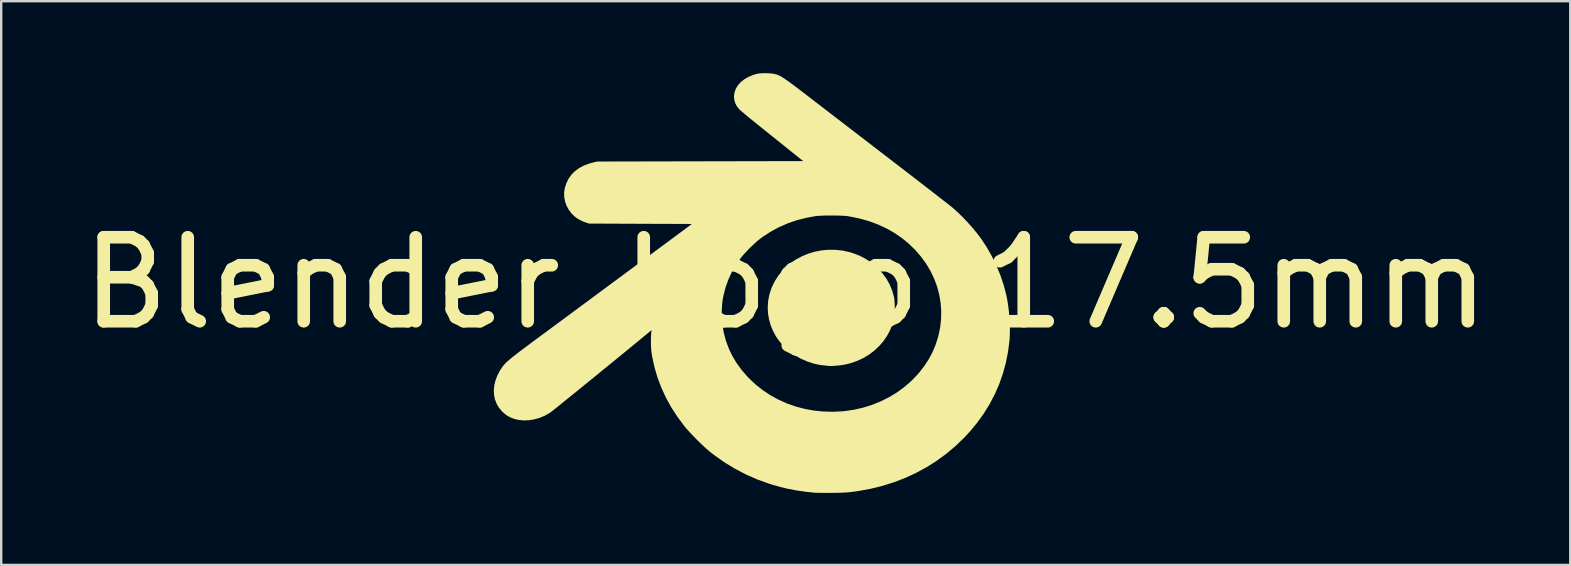
<source format=kicad_pcb>
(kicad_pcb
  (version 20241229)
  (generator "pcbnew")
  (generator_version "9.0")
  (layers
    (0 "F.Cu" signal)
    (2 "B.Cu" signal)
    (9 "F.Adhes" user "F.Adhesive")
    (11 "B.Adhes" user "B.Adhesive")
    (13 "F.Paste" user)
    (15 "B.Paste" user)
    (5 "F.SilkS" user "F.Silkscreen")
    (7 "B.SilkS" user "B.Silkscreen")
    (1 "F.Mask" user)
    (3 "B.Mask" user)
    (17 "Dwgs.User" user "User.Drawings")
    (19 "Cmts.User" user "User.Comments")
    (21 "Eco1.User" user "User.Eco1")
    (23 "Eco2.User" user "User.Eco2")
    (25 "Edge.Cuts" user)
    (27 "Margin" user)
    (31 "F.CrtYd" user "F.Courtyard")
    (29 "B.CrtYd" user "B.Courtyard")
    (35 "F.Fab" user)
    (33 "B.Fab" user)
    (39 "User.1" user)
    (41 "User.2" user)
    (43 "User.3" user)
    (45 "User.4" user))
  (footprint "Blender Logo 17.5mm"
    (layer "F.Cu")
    (at 29.688 8.743)
    (property "Reference" "Blender Logo 17.5mm" (at 0 0 180) (layer "F.SilkS") (effects (font (size 3.5 3.5) (thickness 0.525))))
    (attr board_only exclude_from_pos_files exclude_from_bom)
    (fp_poly (pts (xy 2.081 -1.384) (xy 2.375 -1.351) (xy 2.667 -1.286) (xy 2.806 -1.243) (xy 3.077 -1.139) (xy 3.325 -1.011) (xy 3.556 -0.857) (xy 3.773 -0.675) (xy 3.854 -0.597) (xy 4.046 -0.384) (xy 4.206 -0.162) (xy 4.336 0.072) (xy 4.437 0.32) (xy 4.51 0.585) (xy 4.511 0.588) (xy 4.525 0.675) (xy 4.535 0.787) (xy 4.541 0.914) (xy 4.543 1.048) (xy 4.542 1.179) (xy 4.536 1.299) (xy 4.526 1.399) (xy 4.519 1.436) (xy 4.45 1.702) (xy 4.351 1.957) (xy 4.223 2.197) (xy 4.069 2.422) (xy 3.89 2.629) (xy 3.689 2.817) (xy 3.466 2.984) (xy 3.225 3.129) (xy 2.966 3.249) (xy 2.692 3.342) (xy 2.484 3.393) (xy 2.406 3.407) (xy 2.31 3.421) (xy 2.205 3.433) (xy 2.1 3.444) (xy 2.002 3.452) (xy 1.921 3.457) (xy 1.864 3.457) (xy 1.864 3.457) (xy 1.822 3.454) (xy 1.764 3.45) (xy 1.738 3.448) (xy 1.439 3.415) (xy 1.156 3.354) (xy 0.883 3.264) (xy 0.613 3.144) (xy 0.604 3.139) (xy 0.355 2.995) (xy 0.13 2.83) (xy -0.073 2.645) (xy -0.25 2.444) (xy -0.402 2.229) (xy -0.528 2) (xy -0.627 1.762) (xy -0.697 1.515) (xy -0.739 1.261) (xy -0.751 1.004) (xy -0.733 0.745) (xy -0.683 0.486) (xy -0.601 0.229) (xy -0.58 0.176) (xy -0.463 -0.067) (xy -0.319 -0.293) (xy -0.146 -0.506) (xy -0.044 -0.613) (xy 0.174 -0.805) (xy 0.411 -0.971) (xy 0.664 -1.11) (xy 0.931 -1.222) (xy 1.209 -1.306) (xy 1.495 -1.361) (xy 1.786 -1.387)) (stroke (width 0) (type solid)) (fill yes) (layer "F.SilkS"))
    (fp_poly (pts (xy -0.78 -8.742) (xy -0.655 -8.736) (xy -0.543 -8.724) (xy -0.464 -8.71) (xy -0.421 -8.699) (xy -0.38 -8.687) (xy -0.339 -8.673) (xy -0.297 -8.657) (xy -0.253 -8.636) (xy -0.203 -8.61) (xy -0.148 -8.578) (xy -0.085 -8.537) (xy -0.012 -8.488) (xy 0.072 -8.429) (xy 0.169 -8.359) (xy 0.281 -8.277) (xy 0.409 -8.181) (xy 0.555 -8.071) (xy 0.72 -7.944) (xy 0.907 -7.801) (xy 1.117 -7.64) (xy 1.351 -7.46) (xy 1.391 -7.43) (xy 1.584 -7.281) (xy 1.801 -7.114) (xy 2.038 -6.932) (xy 2.291 -6.737) (xy 2.559 -6.531) (xy 2.836 -6.318) (xy 3.121 -6.099) (xy 3.41 -5.877) (xy 3.699 -5.655) (xy 3.985 -5.434) (xy 4.266 -5.219) (xy 4.537 -5.01) (xy 4.795 -4.812) (xy 5.026 -4.634) (xy 5.252 -4.46) (xy 5.472 -4.291) (xy 5.683 -4.128) (xy 5.884 -3.972) (xy 6.074 -3.826) (xy 6.25 -3.689) (xy 6.411 -3.564) (xy 6.555 -3.452) (xy 6.682 -3.353) (xy 6.788 -3.27) (xy 6.872 -3.203) (xy 6.933 -3.154) (xy 6.969 -3.125) (xy 6.97 -3.125) (xy 7.175 -2.94) (xy 7.386 -2.733) (xy 7.596 -2.511) (xy 7.798 -2.282) (xy 7.985 -2.054) (xy 8.14 -1.848) (xy 8.374 -1.494) (xy 8.586 -1.12) (xy 8.776 -0.732) (xy 8.94 -0.334) (xy 9.076 0.068) (xy 9.183 0.471) (xy 9.228 0.689) (xy 9.265 0.919) (xy 9.295 1.166) (xy 9.318 1.422) (xy 9.333 1.678) (xy 9.339 1.927) (xy 9.336 2.16) (xy 9.324 2.37) (xy 9.323 2.385) (xy 9.263 2.857) (xy 9.172 3.318) (xy 9.049 3.767) (xy 8.896 4.205) (xy 8.711 4.63) (xy 8.495 5.042) (xy 8.249 5.44) (xy 7.973 5.824) (xy 7.667 6.194) (xy 7.432 6.447) (xy 7.071 6.793) (xy 6.691 7.113) (xy 6.29 7.405) (xy 5.872 7.671) (xy 5.435 7.908) (xy 4.981 8.118) (xy 4.512 8.299) (xy 4.027 8.451) (xy 3.527 8.574) (xy 3.014 8.667) (xy 2.761 8.701) (xy 2.661 8.713) (xy 2.563 8.722) (xy 2.462 8.729) (xy 2.35 8.734) (xy 2.223 8.738) (xy 2.074 8.741) (xy 1.898 8.743) (xy 1.897 8.743) (xy 1.755 8.744) (xy 1.615 8.743) (xy 1.484 8.742) (xy 1.368 8.741) (xy 1.271 8.738) (xy 1.2 8.735) (xy 1.175 8.733) (xy 0.797 8.692) (xy 0.444 8.64) (xy 0.106 8.576) (xy -0.224 8.498) (xy -0.555 8.404) (xy -0.714 8.353) (xy -1.193 8.18) (xy -1.657 7.976) (xy -2.107 7.741) (xy -2.542 7.477) (xy -2.962 7.183) (xy -3.145 7.041) (xy -3.254 6.95) (xy -3.378 6.839) (xy -3.513 6.713) (xy -3.653 6.577) (xy -3.793 6.436) (xy -3.927 6.296) (xy -4.05 6.163) (xy -4.157 6.042) (xy -4.223 5.962) (xy -4.511 5.576) (xy -4.768 5.18) (xy -4.992 4.775) (xy -5.183 4.36) (xy -5.343 3.937) (xy -5.47 3.504) (xy -5.565 3.062) (xy -5.588 2.922) (xy -5.603 2.795) (xy -5.613 2.645) (xy -5.618 2.484) (xy -5.617 2.323) (xy -5.611 2.172) (xy -5.606 2.102) (xy -5.592 1.961) (xy -5.723 2.07) (xy -5.855 2.178) (xy -6.002 2.3) (xy -6.163 2.432) (xy -6.336 2.575) (xy -6.52 2.726) (xy -6.713 2.884) (xy -6.913 3.047) (xy -7.118 3.215) (xy -7.327 3.386) (xy -7.539 3.558) (xy -7.751 3.731) (xy -7.961 3.903) (xy -8.169 4.071) (xy -8.372 4.236) (xy -8.568 4.396) (xy -8.757 4.549) (xy -8.936 4.694) (xy -9.103 4.829) (xy -9.258 4.954) (xy -9.397 5.066) (xy -9.52 5.165) (xy -9.625 5.249) (xy -9.71 5.317) (xy -9.773 5.367) (xy -9.813 5.397) (xy -9.826 5.406) (xy -10.029 5.522) (xy -10.243 5.613) (xy -10.463 5.677) (xy -10.684 5.715) (xy -10.903 5.725) (xy -11.116 5.706) (xy -11.317 5.659) (xy -11.339 5.651) (xy -11.499 5.586) (xy -11.64 5.503) (xy -11.772 5.395) (xy -11.817 5.351) (xy -11.945 5.2) (xy -12.043 5.035) (xy -12.113 4.857) (xy -12.153 4.669) (xy -12.163 4.473) (xy -12.145 4.272) (xy -12.096 4.066) (xy -12.019 3.86) (xy -11.911 3.655) (xy -11.873 3.594) (xy -11.84 3.544) (xy -11.808 3.497) (xy -11.773 3.451) (xy -11.735 3.406) (xy -11.692 3.359) (xy -11.643 3.309) (xy -11.585 3.255) (xy -11.517 3.195) (xy -11.437 3.128) (xy -11.343 3.053) (xy -11.234 2.968) (xy -11.109 2.871) (xy -10.965 2.762) (xy -10.8 2.639) (xy -10.614 2.5) (xy -10.403 2.344) (xy -10.168 2.17) (xy -10.162 2.166) (xy -10.006 2.051) (xy -9.825 1.917) (xy -9.623 1.767) (xy -9.4 1.603) (xy -9.16 1.425) (xy -9.101 1.382) (xy -2.668 1.382) (xy -2.66 1.559) (xy -2.647 1.696) (xy -2.585 2.057) (xy -2.493 2.4) (xy -2.373 2.728) (xy -2.222 3.043) (xy -2.041 3.344) (xy -1.829 3.633) (xy -1.586 3.912) (xy -1.546 3.953) (xy -1.265 4.219) (xy -0.964 4.458) (xy -0.644 4.671) (xy -0.308 4.856) (xy 0.044 5.014) (xy 0.409 5.143) (xy 0.787 5.243) (xy 1.174 5.313) (xy 1.571 5.353) (xy 1.974 5.363) (xy 2.383 5.342) (xy 2.477 5.332) (xy 2.861 5.275) (xy 3.238 5.188) (xy 3.605 5.072) (xy 3.959 4.929) (xy 4.299 4.759) (xy 4.622 4.564) (xy 4.926 4.345) (xy 5.208 4.103) (xy 5.466 3.839) (xy 5.583 3.703) (xy 5.791 3.431) (xy 5.969 3.156) (xy 6.118 2.874) (xy 6.241 2.58) (xy 6.341 2.269) (xy 6.357 2.209) (xy 6.431 1.866) (xy 6.471 1.52) (xy 6.478 1.175) (xy 6.454 0.831) (xy 6.397 0.491) (xy 6.309 0.156) (xy 6.189 -0.171) (xy 6.038 -0.488) (xy 5.857 -0.793) (xy 5.854 -0.798) (xy 5.632 -1.104) (xy 5.386 -1.388) (xy 5.116 -1.649) (xy 4.824 -1.886) (xy 4.511 -2.099) (xy 4.177 -2.286) (xy 3.823 -2.448) (xy 3.452 -2.584) (xy 3.063 -2.693) (xy 2.657 -2.774) (xy 2.544 -2.792) (xy 2.472 -2.799) (xy 2.373 -2.805) (xy 2.252 -2.809) (xy 2.117 -2.812) (xy 1.972 -2.813) (xy 1.825 -2.813) (xy 1.681 -2.812) (xy 1.547 -2.809) (xy 1.428 -2.804) (xy 1.331 -2.798) (xy 1.267 -2.792) (xy 0.854 -2.717) (xy 0.46 -2.617) (xy 0.085 -2.488) (xy -0.274 -2.332) (xy -0.617 -2.147) (xy -0.946 -1.933) (xy -1.059 -1.851) (xy -1.161 -1.77) (xy -1.276 -1.669) (xy -1.398 -1.556) (xy -1.521 -1.436) (xy -1.639 -1.314) (xy -1.746 -1.198) (xy -1.835 -1.093) (xy -1.877 -1.04) (xy -2.081 -0.744) (xy -2.253 -0.444) (xy -2.395 -0.136) (xy -2.508 0.183) (xy -2.594 0.517) (xy -2.622 0.663) (xy -2.644 0.823) (xy -2.66 1.003) (xy -2.668 1.193) (xy -2.668 1.382) (xy -9.101 1.382) (xy -8.906 1.237) (xy -8.639 1.039) (xy -8.361 0.834) (xy -8.077 0.624) (xy -7.787 0.409) (xy -7.495 0.193) (xy -7.202 -0.024) (xy -6.911 -0.239) (xy -6.625 -0.451) (xy -6.394 -0.622) (xy -3.91 -2.461) (xy -6.049 -2.469) (xy -8.189 -2.478) (xy -8.314 -2.517) (xy -8.447 -2.566) (xy -8.582 -2.631) (xy -8.705 -2.704) (xy -8.782 -2.761) (xy -8.923 -2.896) (xy -9.039 -3.05) (xy -9.13 -3.218) (xy -9.194 -3.396) (xy -9.229 -3.58) (xy -9.234 -3.766) (xy -9.207 -3.949) (xy -9.206 -3.953) (xy -9.141 -4.161) (xy -9.048 -4.348) (xy -8.929 -4.515) (xy -8.783 -4.662) (xy -8.611 -4.789) (xy -8.414 -4.894) (xy -8.191 -4.978) (xy -8.018 -5.025) (xy -7.853 -5.063) (xy -3.564 -5.072) (xy 0.724 -5.081) (xy 0.108 -5.576) (xy -0.042 -5.697) (xy -0.211 -5.833) (xy -0.394 -5.979) (xy -0.582 -6.13) (xy -0.769 -6.281) (xy -0.95 -6.425) (xy -1.116 -6.559) (xy -1.174 -6.605) (xy -1.308 -6.713) (xy -1.436 -6.817) (xy -1.556 -6.915) (xy -1.665 -7.006) (xy -1.76 -7.085) (xy -1.838 -7.152) (xy -1.897 -7.202) (xy -1.932 -7.235) (xy -1.935 -7.238) (xy -2.037 -7.367) (xy -2.109 -7.506) (xy -2.148 -7.653) (xy -2.156 -7.804) (xy -2.131 -7.958) (xy -2.075 -8.106) (xy -1.988 -8.246) (xy -1.872 -8.374) (xy -1.728 -8.488) (xy -1.56 -8.586) (xy -1.369 -8.667) (xy -1.227 -8.711) (xy -1.142 -8.728) (xy -1.033 -8.738) (xy -0.909 -8.743)) (stroke (width 0) (type solid)) (fill yes) (layer "F.SilkS")))
  (gr_rect
    (start -3 -3)
    (end 62.375 20.487)
    (stroke (width 0.1) (type default))
    (fill no)
    (layer "Edge.Cuts")))
</source>
